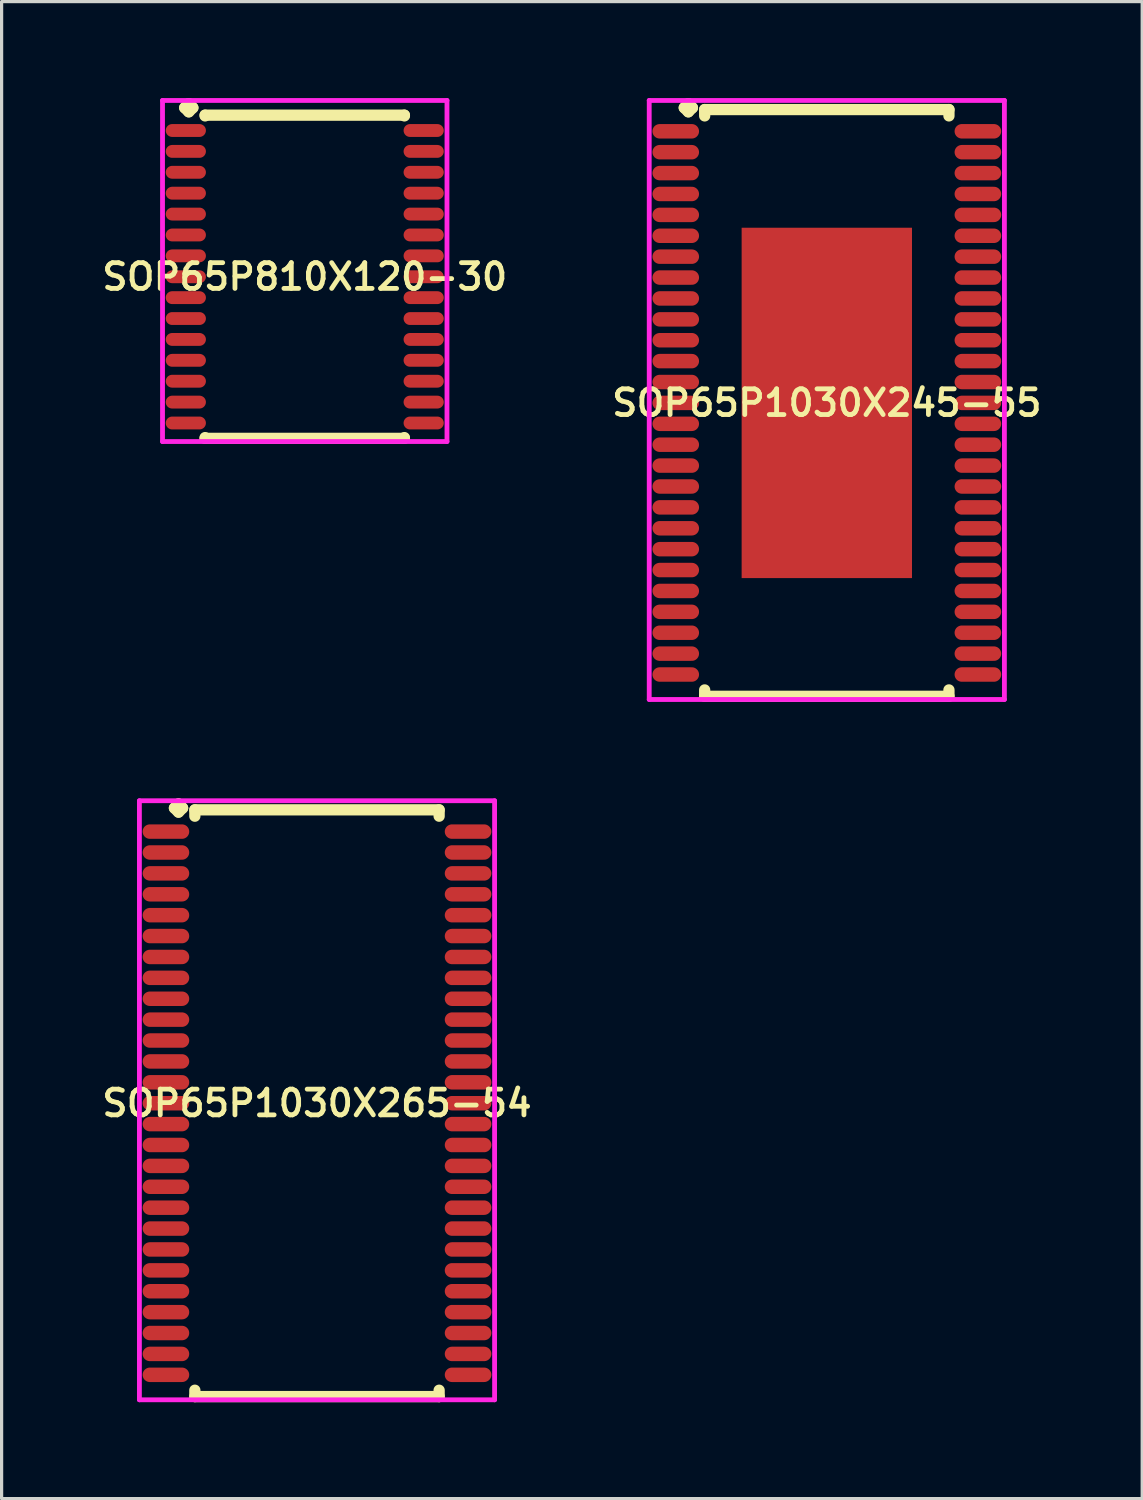
<source format=kicad_pcb>
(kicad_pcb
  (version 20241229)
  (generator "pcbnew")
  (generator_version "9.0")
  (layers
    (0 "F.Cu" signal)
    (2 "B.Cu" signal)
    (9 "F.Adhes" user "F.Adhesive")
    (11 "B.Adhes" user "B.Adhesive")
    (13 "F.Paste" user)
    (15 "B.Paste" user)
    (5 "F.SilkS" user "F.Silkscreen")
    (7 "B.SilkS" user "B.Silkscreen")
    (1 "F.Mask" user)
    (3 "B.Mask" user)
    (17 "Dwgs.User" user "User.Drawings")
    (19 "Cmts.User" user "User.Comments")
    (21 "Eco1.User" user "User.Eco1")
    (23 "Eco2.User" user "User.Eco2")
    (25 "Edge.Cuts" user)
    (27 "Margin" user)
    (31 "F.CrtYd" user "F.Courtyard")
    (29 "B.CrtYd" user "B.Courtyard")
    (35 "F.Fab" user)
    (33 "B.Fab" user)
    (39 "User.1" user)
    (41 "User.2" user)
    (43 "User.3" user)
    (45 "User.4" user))
  (footprint "SOP65P1030X265-54"
    (layer "F.Cu")
    (at 6.812 31.272)
    (property "Reference" "SOP65P1030X265-54" (at 0 0 0) (layer "F.SilkS") (effects (font (size 0.8 0.8) (thickness 0.15))))
    (attr smd)
    (fp_line (start -4.435 -9.183) (end -4.308 -9.31) (stroke (width 0.35) (type solid)) (layer "F.SilkS"))
    (fp_line (start -4.308 -9.31) (end -4.181 -9.183) (stroke (width 0.35) (type solid)) (layer "F.SilkS"))
    (fp_line (start -4.308 -9.056) (end -4.435 -9.183) (stroke (width 0.35) (type solid)) (layer "F.SilkS"))
    (fp_line (start -4.181 -9.183) (end -4.308 -9.056) (stroke (width 0.35) (type solid)) (layer "F.SilkS"))
    (fp_line (start -3.8 -9.127) (end 3.8 -9.127) (stroke (width 0.35) (type solid)) (layer "F.SilkS"))
    (fp_line (start -3.8 -8.929) (end -3.8 -9.127) (stroke (width 0.35) (type solid)) (layer "F.SilkS"))
    (fp_line (start -3.8 8.929) (end -3.8 9.127) (stroke (width 0.35) (type solid)) (layer "F.SilkS"))
    (fp_line (start -3.8 9.127) (end 3.8 9.127) (stroke (width 0.35) (type solid)) (layer "F.SilkS"))
    (fp_line (start 3.8 -9.127) (end 3.8 -8.929) (stroke (width 0.35) (type solid)) (layer "F.SilkS"))
    (fp_line (start 3.8 9.127) (end 3.8 8.929) (stroke (width 0.35) (type solid)) (layer "F.SilkS"))
    (fp_line (start -5.525 -9.41) (end 5.525 -9.41) (stroke (width 0.15) (type solid)) (layer "F.CrtYd"))
    (fp_line (start -5.525 9.227) (end -5.525 -9.41) (stroke (width 0.15) (type solid)) (layer "F.CrtYd"))
    (fp_line (start 5.525 -9.41) (end 5.525 9.227) (stroke (width 0.15) (type solid)) (layer "F.CrtYd"))
    (fp_line (start 5.525 9.227) (end -5.525 9.227) (stroke (width 0.15) (type solid)) (layer "F.CrtYd"))
    (pad "1" smd oval (at -4.7 -8.45) (size 1.45 0.45) (layers "F.Cu" "F.Mask" "F.Paste"))
    (pad "2" smd oval (at -4.7 -7.8) (size 1.45 0.45) (layers "F.Cu" "F.Mask" "F.Paste"))
    (pad "3" smd oval (at -4.7 -7.15) (size 1.45 0.45) (layers "F.Cu" "F.Mask" "F.Paste"))
    (pad "4" smd oval (at -4.7 -6.5) (size 1.45 0.45) (layers "F.Cu" "F.Mask" "F.Paste"))
    (pad "5" smd oval (at -4.7 -5.85) (size 1.45 0.45) (layers "F.Cu" "F.Mask" "F.Paste"))
    (pad "6" smd oval (at -4.7 -5.2) (size 1.45 0.45) (layers "F.Cu" "F.Mask" "F.Paste"))
    (pad "7" smd oval (at -4.7 -4.55) (size 1.45 0.45) (layers "F.Cu" "F.Mask" "F.Paste"))
    (pad "8" smd oval (at -4.7 -3.9) (size 1.45 0.45) (layers "F.Cu" "F.Mask" "F.Paste"))
    (pad "9" smd oval (at -4.7 -3.25) (size 1.45 0.45) (layers "F.Cu" "F.Mask" "F.Paste"))
    (pad "10" smd oval (at -4.7 -2.6) (size 1.45 0.45) (layers "F.Cu" "F.Mask" "F.Paste"))
    (pad "11" smd oval (at -4.7 -1.95) (size 1.45 0.45) (layers "F.Cu" "F.Mask" "F.Paste"))
    (pad "12" smd oval (at -4.7 -1.3) (size 1.45 0.45) (layers "F.Cu" "F.Mask" "F.Paste"))
    (pad "13" smd oval (at -4.7 -0.65) (size 1.45 0.45) (layers "F.Cu" "F.Mask" "F.Paste"))
    (pad "14" smd oval (at -4.7 0) (size 1.45 0.45) (layers "F.Cu" "F.Mask" "F.Paste"))
    (pad "15" smd oval (at -4.7 0.65) (size 1.45 0.45) (layers "F.Cu" "F.Mask" "F.Paste"))
    (pad "16" smd oval (at -4.7 1.3) (size 1.45 0.45) (layers "F.Cu" "F.Mask" "F.Paste"))
    (pad "17" smd oval (at -4.7 1.95) (size 1.45 0.45) (layers "F.Cu" "F.Mask" "F.Paste"))
    (pad "18" smd oval (at -4.7 2.6) (size 1.45 0.45) (layers "F.Cu" "F.Mask" "F.Paste"))
    (pad "19" smd oval (at -4.7 3.25) (size 1.45 0.45) (layers "F.Cu" "F.Mask" "F.Paste"))
    (pad "20" smd oval (at -4.7 3.9) (size 1.45 0.45) (layers "F.Cu" "F.Mask" "F.Paste"))
    (pad "21" smd oval (at -4.7 4.55) (size 1.45 0.45) (layers "F.Cu" "F.Mask" "F.Paste"))
    (pad "22" smd oval (at -4.7 5.2) (size 1.45 0.45) (layers "F.Cu" "F.Mask" "F.Paste"))
    (pad "23" smd oval (at -4.7 5.85) (size 1.45 0.45) (layers "F.Cu" "F.Mask" "F.Paste"))
    (pad "24" smd oval (at -4.7 6.5) (size 1.45 0.45) (layers "F.Cu" "F.Mask" "F.Paste"))
    (pad "25" smd oval (at -4.7 7.15) (size 1.45 0.45) (layers "F.Cu" "F.Mask" "F.Paste"))
    (pad "26" smd oval (at -4.7 7.8) (size 1.45 0.45) (layers "F.Cu" "F.Mask" "F.Paste"))
    (pad "27" smd oval (at -4.7 8.45) (size 1.45 0.45) (layers "F.Cu" "F.Mask" "F.Paste"))
    (pad "28" smd oval (at 4.7 8.45) (size 1.45 0.45) (layers "F.Cu" "F.Mask" "F.Paste"))
    (pad "29" smd oval (at 4.7 7.8) (size 1.45 0.45) (layers "F.Cu" "F.Mask" "F.Paste"))
    (pad "30" smd oval (at 4.7 7.15) (size 1.45 0.45) (layers "F.Cu" "F.Mask" "F.Paste"))
    (pad "31" smd oval (at 4.7 6.5) (size 1.45 0.45) (layers "F.Cu" "F.Mask" "F.Paste"))
    (pad "32" smd oval (at 4.7 5.85) (size 1.45 0.45) (layers "F.Cu" "F.Mask" "F.Paste"))
    (pad "33" smd oval (at 4.7 5.2) (size 1.45 0.45) (layers "F.Cu" "F.Mask" "F.Paste"))
    (pad "34" smd oval (at 4.7 4.55) (size 1.45 0.45) (layers "F.Cu" "F.Mask" "F.Paste"))
    (pad "35" smd oval (at 4.7 3.9) (size 1.45 0.45) (layers "F.Cu" "F.Mask" "F.Paste"))
    (pad "36" smd oval (at 4.7 3.25) (size 1.45 0.45) (layers "F.Cu" "F.Mask" "F.Paste"))
    (pad "37" smd oval (at 4.7 2.6) (size 1.45 0.45) (layers "F.Cu" "F.Mask" "F.Paste"))
    (pad "38" smd oval (at 4.7 1.95) (size 1.45 0.45) (layers "F.Cu" "F.Mask" "F.Paste"))
    (pad "39" smd oval (at 4.7 1.3) (size 1.45 0.45) (layers "F.Cu" "F.Mask" "F.Paste"))
    (pad "40" smd oval (at 4.7 0.65) (size 1.45 0.45) (layers "F.Cu" "F.Mask" "F.Paste"))
    (pad "41" smd oval (at 4.7 0) (size 1.45 0.45) (layers "F.Cu" "F.Mask" "F.Paste"))
    (pad "42" smd oval (at 4.7 -0.65) (size 1.45 0.45) (layers "F.Cu" "F.Mask" "F.Paste"))
    (pad "43" smd oval (at 4.7 -1.3) (size 1.45 0.45) (layers "F.Cu" "F.Mask" "F.Paste"))
    (pad "44" smd oval (at 4.7 -1.95) (size 1.45 0.45) (layers "F.Cu" "F.Mask" "F.Paste"))
    (pad "45" smd oval (at 4.7 -2.6) (size 1.45 0.45) (layers "F.Cu" "F.Mask" "F.Paste"))
    (pad "46" smd oval (at 4.7 -3.25) (size 1.45 0.45) (layers "F.Cu" "F.Mask" "F.Paste"))
    (pad "47" smd oval (at 4.7 -3.9) (size 1.45 0.45) (layers "F.Cu" "F.Mask" "F.Paste"))
    (pad "48" smd oval (at 4.7 -4.55) (size 1.45 0.45) (layers "F.Cu" "F.Mask" "F.Paste"))
    (pad "49" smd oval (at 4.7 -5.2) (size 1.45 0.45) (layers "F.Cu" "F.Mask" "F.Paste"))
    (pad "50" smd oval (at 4.7 -5.85) (size 1.45 0.45) (layers "F.Cu" "F.Mask" "F.Paste"))
    (pad "51" smd oval (at 4.7 -6.5) (size 1.45 0.45) (layers "F.Cu" "F.Mask" "F.Paste"))
    (pad "52" smd oval (at 4.7 -7.15) (size 1.45 0.45) (layers "F.Cu" "F.Mask" "F.Paste"))
    (pad "53" smd oval (at 4.7 -7.8) (size 1.45 0.45) (layers "F.Cu" "F.Mask" "F.Paste"))
    (pad "54" smd oval (at 4.7 -8.45) (size 1.45 0.45) (layers "F.Cu" "F.Mask" "F.Paste")))
  (footprint "SOP65P810X120-30"
    (layer "F.Cu")
    (at 6.431 5.56)
    (property "Reference" "SOP65P810X120-30" (at 0 0 0) (layer "F.SilkS") (effects (font (size 0.8 0.8) (thickness 0.15))))
    (attr smd)
    (fp_line (start -3.735 -5.258) (end -3.608 -5.385) (stroke (width 0.35) (type solid)) (layer "F.SilkS"))
    (fp_line (start -3.608 -5.385) (end -3.481 -5.258) (stroke (width 0.35) (type solid)) (layer "F.SilkS"))
    (fp_line (start -3.608 -5.131) (end -3.735 -5.258) (stroke (width 0.35) (type solid)) (layer "F.SilkS"))
    (fp_line (start -3.481 -5.258) (end -3.608 -5.131) (stroke (width 0.35) (type solid)) (layer "F.SilkS"))
    (fp_line (start -3.1 -5.027) (end 3.1 -5.027) (stroke (width 0.35) (type solid)) (layer "F.SilkS"))
    (fp_line (start -3.1 -5.004) (end -3.1 -5.027) (stroke (width 0.35) (type solid)) (layer "F.SilkS"))
    (fp_line (start -3.1 5.004) (end -3.1 5.027) (stroke (width 0.35) (type solid)) (layer "F.SilkS"))
    (fp_line (start -3.1 5.027) (end 3.1 5.027) (stroke (width 0.35) (type solid)) (layer "F.SilkS"))
    (fp_line (start 3.1 -5.027) (end 3.1 -5.004) (stroke (width 0.35) (type solid)) (layer "F.SilkS"))
    (fp_line (start 3.1 5.027) (end 3.1 5.004) (stroke (width 0.35) (type solid)) (layer "F.SilkS"))
    (fp_line (start -4.425 -5.485) (end 4.425 -5.485) (stroke (width 0.15) (type solid)) (layer "F.CrtYd"))
    (fp_line (start -4.425 5.127) (end -4.425 -5.485) (stroke (width 0.15) (type solid)) (layer "F.CrtYd"))
    (fp_line (start 4.425 -5.485) (end 4.425 5.127) (stroke (width 0.15) (type solid)) (layer "F.CrtYd"))
    (fp_line (start 4.425 5.127) (end -4.425 5.127) (stroke (width 0.15) (type solid)) (layer "F.CrtYd"))
    (pad "1" smd oval (at -3.7 -4.55) (size 1.25 0.4) (layers "F.Cu" "F.Mask" "F.Paste"))
    (pad "2" smd oval (at -3.7 -3.9) (size 1.25 0.4) (layers "F.Cu" "F.Mask" "F.Paste"))
    (pad "3" smd oval (at -3.7 -3.25) (size 1.25 0.4) (layers "F.Cu" "F.Mask" "F.Paste"))
    (pad "4" smd oval (at -3.7 -2.6) (size 1.25 0.4) (layers "F.Cu" "F.Mask" "F.Paste"))
    (pad "5" smd oval (at -3.7 -1.95) (size 1.25 0.4) (layers "F.Cu" "F.Mask" "F.Paste"))
    (pad "6" smd oval (at -3.7 -1.3) (size 1.25 0.4) (layers "F.Cu" "F.Mask" "F.Paste"))
    (pad "7" smd oval (at -3.7 -0.65) (size 1.25 0.4) (layers "F.Cu" "F.Mask" "F.Paste"))
    (pad "8" smd oval (at -3.7 0) (size 1.25 0.4) (layers "F.Cu" "F.Mask" "F.Paste"))
    (pad "9" smd oval (at -3.7 0.65) (size 1.25 0.4) (layers "F.Cu" "F.Mask" "F.Paste"))
    (pad "10" smd oval (at -3.7 1.3) (size 1.25 0.4) (layers "F.Cu" "F.Mask" "F.Paste"))
    (pad "11" smd oval (at -3.7 1.95) (size 1.25 0.4) (layers "F.Cu" "F.Mask" "F.Paste"))
    (pad "12" smd oval (at -3.7 2.6) (size 1.25 0.4) (layers "F.Cu" "F.Mask" "F.Paste"))
    (pad "13" smd oval (at -3.7 3.25) (size 1.25 0.4) (layers "F.Cu" "F.Mask" "F.Paste"))
    (pad "14" smd oval (at -3.7 3.9) (size 1.25 0.4) (layers "F.Cu" "F.Mask" "F.Paste"))
    (pad "15" smd oval (at -3.7 4.55) (size 1.25 0.4) (layers "F.Cu" "F.Mask" "F.Paste"))
    (pad "16" smd oval (at 3.7 4.55) (size 1.25 0.4) (layers "F.Cu" "F.Mask" "F.Paste"))
    (pad "17" smd oval (at 3.7 3.9) (size 1.25 0.4) (layers "F.Cu" "F.Mask" "F.Paste"))
    (pad "18" smd oval (at 3.7 3.25) (size 1.25 0.4) (layers "F.Cu" "F.Mask" "F.Paste"))
    (pad "19" smd oval (at 3.7 2.6) (size 1.25 0.4) (layers "F.Cu" "F.Mask" "F.Paste"))
    (pad "20" smd oval (at 3.7 1.95) (size 1.25 0.4) (layers "F.Cu" "F.Mask" "F.Paste"))
    (pad "21" smd oval (at 3.7 1.3) (size 1.25 0.4) (layers "F.Cu" "F.Mask" "F.Paste"))
    (pad "22" smd oval (at 3.7 0.65) (size 1.25 0.4) (layers "F.Cu" "F.Mask" "F.Paste"))
    (pad "23" smd oval (at 3.7 0) (size 1.25 0.4) (layers "F.Cu" "F.Mask" "F.Paste"))
    (pad "24" smd oval (at 3.7 -0.65) (size 1.25 0.4) (layers "F.Cu" "F.Mask" "F.Paste"))
    (pad "25" smd oval (at 3.7 -1.3) (size 1.25 0.4) (layers "F.Cu" "F.Mask" "F.Paste"))
    (pad "26" smd oval (at 3.7 -1.95) (size 1.25 0.4) (layers "F.Cu" "F.Mask" "F.Paste"))
    (pad "27" smd oval (at 3.7 -2.6) (size 1.25 0.4) (layers "F.Cu" "F.Mask" "F.Paste"))
    (pad "28" smd oval (at 3.7 -3.25) (size 1.25 0.4) (layers "F.Cu" "F.Mask" "F.Paste"))
    (pad "29" smd oval (at 3.7 -3.9) (size 1.25 0.4) (layers "F.Cu" "F.Mask" "F.Paste"))
    (pad "30" smd oval (at 3.7 -4.55) (size 1.25 0.4) (layers "F.Cu" "F.Mask" "F.Paste")))
  (footprint "SOP65P1030X245-55"
    (layer "F.Cu")
    (at 22.673 9.485)
    (property "Reference" "SOP65P1030X245-55" (at 0 0 0) (layer "F.SilkS") (effects (font (size 0.8 0.8) (thickness 0.15))))
    (attr smd)
    (fp_line (start -4.435 -9.183) (end -4.308 -9.31) (stroke (width 0.35) (type solid)) (layer "F.SilkS"))
    (fp_line (start -4.308 -9.31) (end -4.181 -9.183) (stroke (width 0.35) (type solid)) (layer "F.SilkS"))
    (fp_line (start -4.308 -9.056) (end -4.435 -9.183) (stroke (width 0.35) (type solid)) (layer "F.SilkS"))
    (fp_line (start -4.181 -9.183) (end -4.308 -9.056) (stroke (width 0.35) (type solid)) (layer "F.SilkS"))
    (fp_line (start -3.8 -9.127) (end 3.8 -9.127) (stroke (width 0.35) (type solid)) (layer "F.SilkS"))
    (fp_line (start -3.8 -8.929) (end -3.8 -9.127) (stroke (width 0.35) (type solid)) (layer "F.SilkS"))
    (fp_line (start -3.8 8.929) (end -3.8 9.127) (stroke (width 0.35) (type solid)) (layer "F.SilkS"))
    (fp_line (start -3.8 9.127) (end 3.8 9.127) (stroke (width 0.35) (type solid)) (layer "F.SilkS"))
    (fp_line (start 3.8 -9.127) (end 3.8 -8.929) (stroke (width 0.35) (type solid)) (layer "F.SilkS"))
    (fp_line (start 3.8 9.127) (end 3.8 8.929) (stroke (width 0.35) (type solid)) (layer "F.SilkS"))
    (fp_line (start -5.525 -9.41) (end 5.525 -9.41) (stroke (width 0.15) (type solid)) (layer "F.CrtYd"))
    (fp_line (start -5.525 9.227) (end -5.525 -9.41) (stroke (width 0.15) (type solid)) (layer "F.CrtYd"))
    (fp_line (start 5.525 -9.41) (end 5.525 9.227) (stroke (width 0.15) (type solid)) (layer "F.CrtYd"))
    (fp_line (start 5.525 9.227) (end -5.525 9.227) (stroke (width 0.15) (type solid)) (layer "F.CrtYd"))
    (pad "1" smd oval (at -4.7 -8.45) (size 1.45 0.45) (layers "F.Cu" "F.Mask" "F.Paste"))
    (pad "2" smd oval (at -4.7 -7.8) (size 1.45 0.45) (layers "F.Cu" "F.Mask" "F.Paste"))
    (pad "3" smd oval (at -4.7 -7.15) (size 1.45 0.45) (layers "F.Cu" "F.Mask" "F.Paste"))
    (pad "4" smd oval (at -4.7 -6.5) (size 1.45 0.45) (layers "F.Cu" "F.Mask" "F.Paste"))
    (pad "5" smd oval (at -4.7 -5.85) (size 1.45 0.45) (layers "F.Cu" "F.Mask" "F.Paste"))
    (pad "6" smd oval (at -4.7 -5.2) (size 1.45 0.45) (layers "F.Cu" "F.Mask" "F.Paste"))
    (pad "7" smd oval (at -4.7 -4.55) (size 1.45 0.45) (layers "F.Cu" "F.Mask" "F.Paste"))
    (pad "8" smd oval (at -4.7 -3.9) (size 1.45 0.45) (layers "F.Cu" "F.Mask" "F.Paste"))
    (pad "9" smd oval (at -4.7 -3.25) (size 1.45 0.45) (layers "F.Cu" "F.Mask" "F.Paste"))
    (pad "10" smd oval (at -4.7 -2.6) (size 1.45 0.45) (layers "F.Cu" "F.Mask" "F.Paste"))
    (pad "11" smd oval (at -4.7 -1.95) (size 1.45 0.45) (layers "F.Cu" "F.Mask" "F.Paste"))
    (pad "12" smd oval (at -4.7 -1.3) (size 1.45 0.45) (layers "F.Cu" "F.Mask" "F.Paste"))
    (pad "13" smd oval (at -4.7 -0.65) (size 1.45 0.45) (layers "F.Cu" "F.Mask" "F.Paste"))
    (pad "14" smd oval (at -4.7 0) (size 1.45 0.45) (layers "F.Cu" "F.Mask" "F.Paste"))
    (pad "15" smd oval (at -4.7 0.65) (size 1.45 0.45) (layers "F.Cu" "F.Mask" "F.Paste"))
    (pad "16" smd oval (at -4.7 1.3) (size 1.45 0.45) (layers "F.Cu" "F.Mask" "F.Paste"))
    (pad "17" smd oval (at -4.7 1.95) (size 1.45 0.45) (layers "F.Cu" "F.Mask" "F.Paste"))
    (pad "18" smd oval (at -4.7 2.6) (size 1.45 0.45) (layers "F.Cu" "F.Mask" "F.Paste"))
    (pad "19" smd oval (at -4.7 3.25) (size 1.45 0.45) (layers "F.Cu" "F.Mask" "F.Paste"))
    (pad "20" smd oval (at -4.7 3.9) (size 1.45 0.45) (layers "F.Cu" "F.Mask" "F.Paste"))
    (pad "21" smd oval (at -4.7 4.55) (size 1.45 0.45) (layers "F.Cu" "F.Mask" "F.Paste"))
    (pad "22" smd oval (at -4.7 5.2) (size 1.45 0.45) (layers "F.Cu" "F.Mask" "F.Paste"))
    (pad "23" smd oval (at -4.7 5.85) (size 1.45 0.45) (layers "F.Cu" "F.Mask" "F.Paste"))
    (pad "24" smd oval (at -4.7 6.5) (size 1.45 0.45) (layers "F.Cu" "F.Mask" "F.Paste"))
    (pad "25" smd oval (at -4.7 7.15) (size 1.45 0.45) (layers "F.Cu" "F.Mask" "F.Paste"))
    (pad "26" smd oval (at -4.7 7.8) (size 1.45 0.45) (layers "F.Cu" "F.Mask" "F.Paste"))
    (pad "27" smd oval (at -4.7 8.45) (size 1.45 0.45) (layers "F.Cu" "F.Mask" "F.Paste"))
    (pad "28" smd oval (at 4.7 8.45) (size 1.45 0.45) (layers "F.Cu" "F.Mask" "F.Paste"))
    (pad "29" smd oval (at 4.7 7.8) (size 1.45 0.45) (layers "F.Cu" "F.Mask" "F.Paste"))
    (pad "30" smd oval (at 4.7 7.15) (size 1.45 0.45) (layers "F.Cu" "F.Mask" "F.Paste"))
    (pad "31" smd oval (at 4.7 6.5) (size 1.45 0.45) (layers "F.Cu" "F.Mask" "F.Paste"))
    (pad "32" smd oval (at 4.7 5.85) (size 1.45 0.45) (layers "F.Cu" "F.Mask" "F.Paste"))
    (pad "33" smd oval (at 4.7 5.2) (size 1.45 0.45) (layers "F.Cu" "F.Mask" "F.Paste"))
    (pad "34" smd oval (at 4.7 4.55) (size 1.45 0.45) (layers "F.Cu" "F.Mask" "F.Paste"))
    (pad "35" smd oval (at 4.7 3.9) (size 1.45 0.45) (layers "F.Cu" "F.Mask" "F.Paste"))
    (pad "36" smd oval (at 4.7 3.25) (size 1.45 0.45) (layers "F.Cu" "F.Mask" "F.Paste"))
    (pad "37" smd oval (at 4.7 2.6) (size 1.45 0.45) (layers "F.Cu" "F.Mask" "F.Paste"))
    (pad "38" smd oval (at 4.7 1.95) (size 1.45 0.45) (layers "F.Cu" "F.Mask" "F.Paste"))
    (pad "39" smd oval (at 4.7 1.3) (size 1.45 0.45) (layers "F.Cu" "F.Mask" "F.Paste"))
    (pad "40" smd oval (at 4.7 0.65) (size 1.45 0.45) (layers "F.Cu" "F.Mask" "F.Paste"))
    (pad "41" smd oval (at 4.7 0) (size 1.45 0.45) (layers "F.Cu" "F.Mask" "F.Paste"))
    (pad "42" smd oval (at 4.7 -0.65) (size 1.45 0.45) (layers "F.Cu" "F.Mask" "F.Paste"))
    (pad "43" smd oval (at 4.7 -1.3) (size 1.45 0.45) (layers "F.Cu" "F.Mask" "F.Paste"))
    (pad "44" smd oval (at 4.7 -1.95) (size 1.45 0.45) (layers "F.Cu" "F.Mask" "F.Paste"))
    (pad "45" smd oval (at 4.7 -2.6) (size 1.45 0.45) (layers "F.Cu" "F.Mask" "F.Paste"))
    (pad "46" smd oval (at 4.7 -3.25) (size 1.45 0.45) (layers "F.Cu" "F.Mask" "F.Paste"))
    (pad "47" smd oval (at 4.7 -3.9) (size 1.45 0.45) (layers "F.Cu" "F.Mask" "F.Paste"))
    (pad "48" smd oval (at 4.7 -4.55) (size 1.45 0.45) (layers "F.Cu" "F.Mask" "F.Paste"))
    (pad "49" smd oval (at 4.7 -5.2) (size 1.45 0.45) (layers "F.Cu" "F.Mask" "F.Paste"))
    (pad "50" smd oval (at 4.7 -5.85) (size 1.45 0.45) (layers "F.Cu" "F.Mask" "F.Paste"))
    (pad "51" smd oval (at 4.7 -6.5) (size 1.45 0.45) (layers "F.Cu" "F.Mask" "F.Paste"))
    (pad "52" smd oval (at 4.7 -7.15) (size 1.45 0.45) (layers "F.Cu" "F.Mask" "F.Paste"))
    (pad "53" smd oval (at 4.7 -7.8) (size 1.45 0.45) (layers "F.Cu" "F.Mask" "F.Paste"))
    (pad "54" smd oval (at 4.7 -8.45) (size 1.45 0.45) (layers "F.Cu" "F.Mask" "F.Paste"))
    (pad "55" smd rect (at 0 0) (size 5.3 10.9) (layers "F.Cu" "F.Mask" "F.Paste")))
  (gr_rect
    (start -3 -3)
    (end 32.485 43.574)
    (stroke (width 0.1) (type default))
    (fill no)
    (layer "Edge.Cuts")))
</source>
